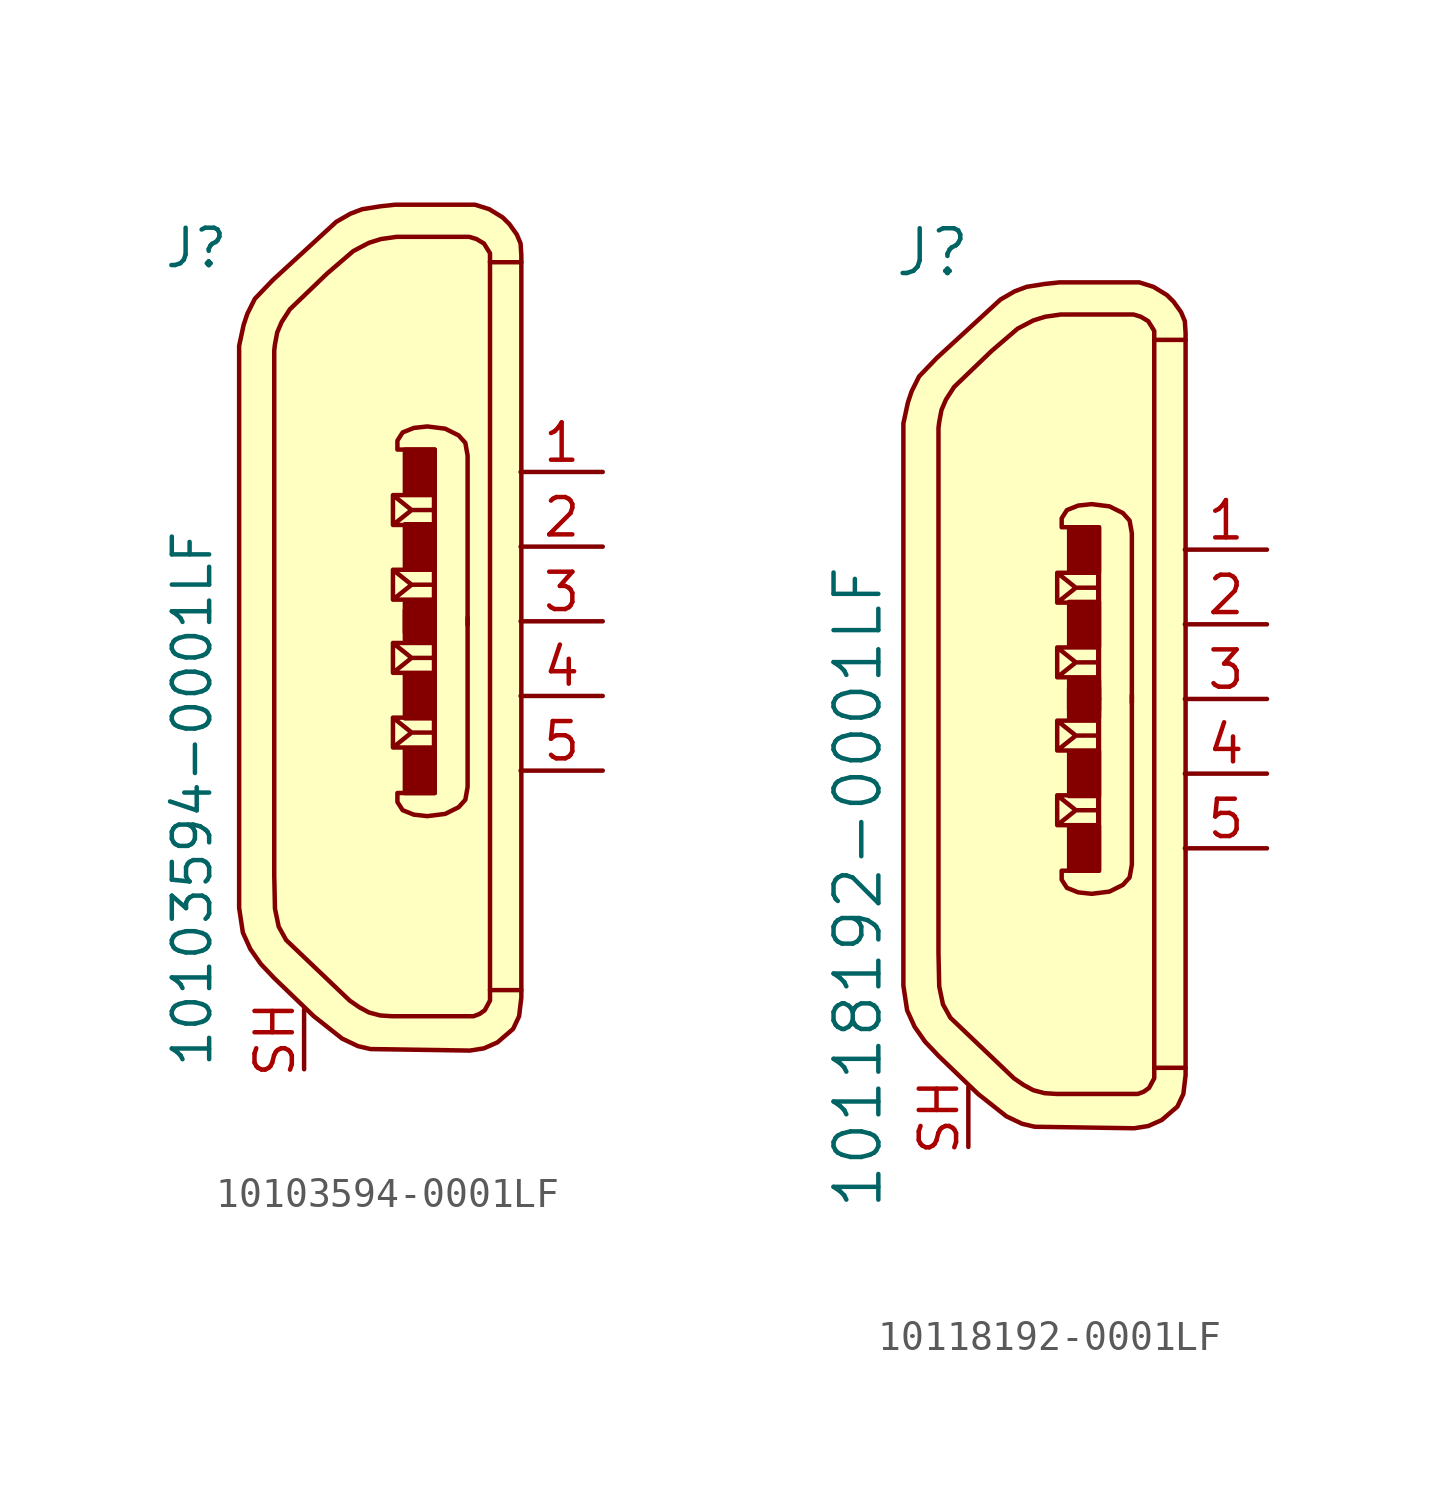
<source format=kicad_sym>
(kicad_symbol_lib
  (version 20211014)
  (generator kicad_symbol_editor)
  (symbol "10103594-0001LF"
    (pin_names
      (offset 1.016))
    (property "Reference" "J"
      (at -6.35 12.7 0)
      (effects (font (size 1.27 1.27)) (justify right)))
    (property "Value" "10103594-0001LF"
      (at -7.62 -15.24 90)
      (effects (font (size 1.27 1.27)) (justify left)))
    (symbol "10103594-0001LF_1_1"
      (rectangle (start -0.381 -4.318) (end 0.635 -5.842) (stroke (width 0) (type default) (color 0 0 0 0)) (fill (type outline)))
      (rectangle (start -0.381 -3.302) (end 0.635 -1.778) (stroke (width 0) (type default) (color 0 0 0 0)) (fill (type outline)))
      (rectangle (start -0.381 -0.635) (end 0.635 0.381) (stroke (width 0) (type default) (color 0 0 0 0)) (fill (type outline)))
      (rectangle (start -0.381 0.635) (end 0.635 -0.381) (stroke (width 0) (type default) (color 0 0 0 0)) (fill (type outline)))
      (rectangle (start -0.381 3.302) (end 0.635 1.778) (stroke (width 0) (type default) (color 0 0 0 0)) (fill (type outline)))
      (rectangle (start -0.381 4.318) (end 0.635 5.842) (stroke (width 0) (type default) (color 0 0 0 0)) (fill (type outline)))
      (polyline (pts (xy 2.515 12.243) (xy 2.515 -12.548)) (stroke (width 0) (type default) (color 0 0 0 0)) (fill (type none)))
      (polyline (pts (xy -0.787 -4.293) (xy -0.787 -3.277) (xy 0.61 -3.277) (xy 0.61 -4.293) (xy -0.787 -4.293) (xy -0.152 -3.785) (xy -0.787 -3.277) (xy 0.61 -3.277) (xy 0.61 -3.785) (xy -0.152 -3.785)) (stroke (width 0) (type default) (color 0 0 0 0)) (fill (type none)))
      (polyline (pts (xy -0.787 -1.753) (xy -0.787 -0.737) (xy 0.61 -0.737) (xy 0.61 -1.753) (xy -0.787 -1.753) (xy -0.152 -1.245) (xy -0.787 -0.737) (xy 0.61 -0.737) (xy 0.61 -1.245) (xy -0.152 -1.245)) (stroke (width 0) (type default) (color 0 0 0 0)) (fill (type none)))
      (polyline (pts (xy -0.787 1.753) (xy -0.787 0.737) (xy 0.61 0.737) (xy 0.61 1.753) (xy -0.787 1.753) (xy -0.152 1.245) (xy -0.787 0.737) (xy 0.61 0.737) (xy 0.61 1.245) (xy -0.152 1.245)) (stroke (width 0) (type default) (color 0 0 0 0)) (fill (type none)))
      (polyline (pts (xy -0.787 4.293) (xy -0.787 3.277) (xy 0.61 3.277) (xy 0.61 4.293) (xy -0.787 4.293) (xy -0.152 3.785) (xy -0.787 3.277) (xy 0.61 3.277) (xy 0.61 3.785) (xy -0.152 3.785)) (stroke (width 0) (type default) (color 0 0 0 0)) (fill (type none)))
      (polyline (pts (xy 0.635 -0.025) (xy 0.635 5.842) (xy -0.635 5.842) (xy -0.635 6.147) (xy -0.457 6.426) (xy -0.076 6.579) (xy 0.381 6.629) (xy 0.991 6.553) (xy 1.448 6.325) (xy 1.676 6.071) (xy 1.753 5.639) (xy 1.753 4.801) (xy 1.753 -0.127)) (stroke (width 0) (type default) (color 0 0 0 0)) (fill (type none)))
      (polyline (pts (xy 0.635 0.025) (xy 0.635 -5.842) (xy -0.635 -5.842) (xy -0.635 -6.147) (xy -0.457 -6.426) (xy -0.076 -6.579) (xy 0.381 -6.629) (xy 0.991 -6.553) (xy 1.448 -6.325) (xy 1.676 -6.071) (xy 1.753 -5.639) (xy 1.753 -4.801) (xy 1.753 0.127)) (stroke (width 0) (type default) (color 0 0 0 0)) (fill (type none)))
      (polyline (pts (xy 3.581 -12.548) (xy 2.565 -12.548) (xy 2.515 -12.548) (xy 2.515 -12.903) (xy 2.337 -13.233) (xy 2.159 -13.36) (xy 1.956 -13.437) (xy -0.813 -13.437) (xy -1.219 -13.411) (xy -1.6 -13.31) (xy -1.93 -13.132) (xy -2.261 -12.903) (xy -4.42 -10.846) (xy -4.674 -10.389) (xy -4.801 -9.779) (xy -4.826 -8.636) (xy -4.826 9.22) (xy -4.801 9.423) (xy -4.724 9.83) (xy -4.572 10.185) (xy -4.293 10.617) (xy -3.023 11.836) (xy -2.134 12.598) (xy -1.6 12.878) (xy -1.194 13.005) (xy -0.66 13.081) (xy 1.803 13.081) (xy 2.057 13.005) (xy 2.311 12.852) (xy 2.515 12.522) (xy 2.515 12.217) (xy 3.581 12.217)) (stroke (width 0) (type default) (color 0 0 0 0)) (fill (type none)))
      (polyline (pts (xy 3.581 -11.481) (xy 3.581 -12.802) (xy 3.505 -13.437) (xy 3.302 -13.868) (xy 2.769 -14.326) (xy 2.311 -14.529) (xy 1.829 -14.605) (xy -1.549 -14.554) (xy -1.981 -14.453) (xy -2.515 -14.199) (xy -3.48 -13.437) (xy -4.826 -12.141) (xy -5.283 -11.659) (xy -5.639 -11.151) (xy -5.893 -10.592) (xy -6.02 -9.754) (xy -6.02 9.373) (xy -5.867 10.084) (xy -5.74 10.465) (xy -5.486 10.973) (xy -4.877 11.608) (xy -2.718 13.589) (xy -2.235 13.868) (xy -1.829 14.021) (xy -1.194 14.122) (xy -0.711 14.173) (xy 2.007 14.173) (xy 2.489 14.021) (xy 2.946 13.741) (xy 3.175 13.513) (xy 3.429 13.157) (xy 3.556 12.852) (xy 3.581 12.446) (xy 3.581 -11.506)) (stroke (width 0) (type default) (color 0 0 0 0)) (fill (type background)))
      (pin passive line (at 6.35 5.08 180) (length 2.794) (name "~" (effects (font (size 1.27 1.27)))) (number "1" (effects (font (size 1.27 1.27)))))
      (pin passive line (at 6.35 2.54 180) (length 2.794) (name "~" (effects (font (size 1.27 1.27)))) (number "2" (effects (font (size 1.27 1.27)))))
      (pin passive line (at 6.35 0 180) (length 2.794) (name "~" (effects (font (size 1.27 1.27)))) (number "3" (effects (font (size 1.27 1.27)))))
      (pin passive line (at 6.35 -2.54 180) (length 2.794) (name "~" (effects (font (size 1.27 1.27)))) (number "4" (effects (font (size 1.27 1.27)))))
      (pin passive line (at 6.35 -5.08 180) (length 2.794) (name "~" (effects (font (size 1.27 1.27)))) (number "5" (effects (font (size 1.27 1.27)))))
      (pin passive line (at -3.81 -15.24 90) (length 2.032) (name "~" (effects (font (size 1.27 1.27)))) (number "SH" (effects (font (size 1.27 1.27)))))))
  (symbol "10118192-0001LF"
    (pin_names
      (offset 1.016))
    (property "Reference" "J"
      (at -3.759 15.189 0)
      (effects (font (size 1.524 1.524))))
    (property "Value" "10118192-0001LF"
      (at -6.299 -6.401 90)
      (effects (font (size 1.524 1.524))))
    (symbol "10118192-0001LF_0_1"
      (polyline (pts (xy 3.785 12.243) (xy 3.785 -12.548)) (stroke (width 0) (type default) (color 0 0 0 0)) (fill (type none)))
      (polyline (pts (xy 0.483 -4.293) (xy 0.483 -3.277) (xy 1.88 -3.277) (xy 1.88 -4.293) (xy 0.483 -4.293) (xy 1.118 -3.785) (xy 0.483 -3.277) (xy 1.88 -3.277) (xy 1.88 -3.785) (xy 1.118 -3.785)) (stroke (width 0) (type default) (color 0 0 0 0)) (fill (type none)))
      (polyline (pts (xy 0.483 -1.753) (xy 0.483 -0.737) (xy 1.88 -0.737) (xy 1.88 -1.753) (xy 0.483 -1.753) (xy 1.118 -1.245) (xy 0.483 -0.737) (xy 1.88 -0.737) (xy 1.88 -1.245) (xy 1.118 -1.245)) (stroke (width 0) (type default) (color 0 0 0 0)) (fill (type none)))
      (polyline (pts (xy 0.483 1.753) (xy 0.483 0.737) (xy 1.88 0.737) (xy 1.88 1.753) (xy 0.483 1.753) (xy 1.118 1.245) (xy 0.483 0.737) (xy 1.88 0.737) (xy 1.88 1.245) (xy 1.118 1.245)) (stroke (width 0) (type default) (color 0 0 0 0)) (fill (type none)))
      (polyline (pts (xy 0.483 4.293) (xy 0.483 3.277) (xy 1.88 3.277) (xy 1.88 4.293) (xy 0.483 4.293) (xy 1.118 3.785) (xy 0.483 3.277) (xy 1.88 3.277) (xy 1.88 3.785) (xy 1.118 3.785)) (stroke (width 0) (type default) (color 0 0 0 0)) (fill (type none)))
      (polyline (pts (xy 1.905 -0.025) (xy 1.905 5.842) (xy 0.635 5.842) (xy 0.635 6.147) (xy 0.813 6.426) (xy 1.194 6.579) (xy 1.651 6.629) (xy 2.261 6.553) (xy 2.718 6.325) (xy 2.946 6.071) (xy 3.023 5.639) (xy 3.023 4.801) (xy 3.023 -0.127)) (stroke (width 0) (type default) (color 0 0 0 0)) (fill (type none)))
      (polyline (pts (xy 1.905 0.025) (xy 1.905 -5.842) (xy 0.635 -5.842) (xy 0.635 -6.147) (xy 0.813 -6.426) (xy 1.194 -6.579) (xy 1.651 -6.629) (xy 2.261 -6.553) (xy 2.718 -6.325) (xy 2.946 -6.071) (xy 3.023 -5.639) (xy 3.023 -4.801) (xy 3.023 0.127)) (stroke (width 0) (type default) (color 0 0 0 0)) (fill (type none)))
      (polyline (pts (xy 4.851 -12.548) (xy 3.835 -12.548) (xy 3.785 -12.548) (xy 3.785 -12.903) (xy 3.607 -13.233) (xy 3.429 -13.36) (xy 3.226 -13.437) (xy 0.457 -13.437) (xy 0.051 -13.411) (xy -0.33 -13.31) (xy -0.66 -13.132) (xy -0.991 -12.903) (xy -3.15 -10.846) (xy -3.404 -10.389) (xy -3.531 -9.779) (xy -3.556 -8.636) (xy -3.556 9.22) (xy -3.531 9.423) (xy -3.454 9.83) (xy -3.302 10.185) (xy -3.023 10.617) (xy -1.753 11.836) (xy -0.864 12.598) (xy -0.33 12.878) (xy 0.076 13.005) (xy 0.61 13.081) (xy 3.073 13.081) (xy 3.327 13.005) (xy 3.581 12.852) (xy 3.785 12.522) (xy 3.785 12.217) (xy 4.851 12.217)) (stroke (width 0) (type default) (color 0 0 0 0)) (fill (type none)))
      (polyline (pts (xy 4.851 -11.481) (xy 4.851 -12.802) (xy 4.775 -13.437) (xy 4.572 -13.868) (xy 4.039 -14.326) (xy 3.581 -14.529) (xy 3.099 -14.605) (xy -0.279 -14.554) (xy -0.711 -14.453) (xy -1.245 -14.199) (xy -2.21 -13.437) (xy -3.556 -12.141) (xy -4.013 -11.659) (xy -4.369 -11.151) (xy -4.623 -10.592) (xy -4.75 -9.754) (xy -4.75 9.373) (xy -4.597 10.084) (xy -4.47 10.465) (xy -4.216 10.973) (xy -3.607 11.608) (xy -1.448 13.589) (xy -0.965 13.868) (xy -0.559 14.021) (xy 0.076 14.122) (xy 0.559 14.173) (xy 3.277 14.173) (xy 3.759 14.021) (xy 4.216 13.741) (xy 4.445 13.513) (xy 4.699 13.157) (xy 4.826 12.852) (xy 4.851 12.446) (xy 4.851 -11.506)) (stroke (width 0) (type default) (color 0 0 0 0)) (fill (type background)))
      (rectangle (start 0.889 -4.318) (end 1.905 -5.842) (stroke (width 0) (type default) (color 0 0 0 0)) (fill (type outline)))
      (rectangle (start 0.889 -3.302) (end 1.905 -1.778) (stroke (width 0) (type default) (color 0 0 0 0)) (fill (type outline)))
      (rectangle (start 0.889 -0.635) (end 1.905 0.381) (stroke (width 0) (type default) (color 0 0 0 0)) (fill (type outline)))
      (rectangle (start 0.889 0.635) (end 1.905 -0.381) (stroke (width 0) (type default) (color 0 0 0 0)) (fill (type outline)))
      (rectangle (start 0.889 3.302) (end 1.905 1.778) (stroke (width 0) (type default) (color 0 0 0 0)) (fill (type outline)))
      (rectangle (start 0.889 4.318) (end 1.905 5.842) (stroke (width 0) (type default) (color 0 0 0 0)) (fill (type outline))))
    (symbol "10118192-0001LF_1_1"
      (pin passive line (at 7.62 5.08 180) (length 2.794) (name "~" (effects (font (size 1.27 1.27)))) (number "1" (effects (font (size 1.27 1.27)))))
      (pin passive line (at 7.62 2.54 180) (length 2.794) (name "~" (effects (font (size 1.27 1.27)))) (number "2" (effects (font (size 1.27 1.27)))))
      (pin passive line (at 7.62 0 180) (length 2.794) (name "~" (effects (font (size 1.27 1.27)))) (number "3" (effects (font (size 1.27 1.27)))))
      (pin passive line (at 7.62 -2.54 180) (length 2.794) (name "~" (effects (font (size 1.27 1.27)))) (number "4" (effects (font (size 1.27 1.27)))))
      (pin passive line (at 7.62 -5.08 180) (length 2.794) (name "~" (effects (font (size 1.27 1.27)))) (number "5" (effects (font (size 1.27 1.27)))))
      (pin passive line (at -2.54 -15.24 90) (length 2.032) (name "~" (effects (font (size 1.27 1.27)))) (number "SH" (effects (font (size 1.27 1.27))))))))
</source>
